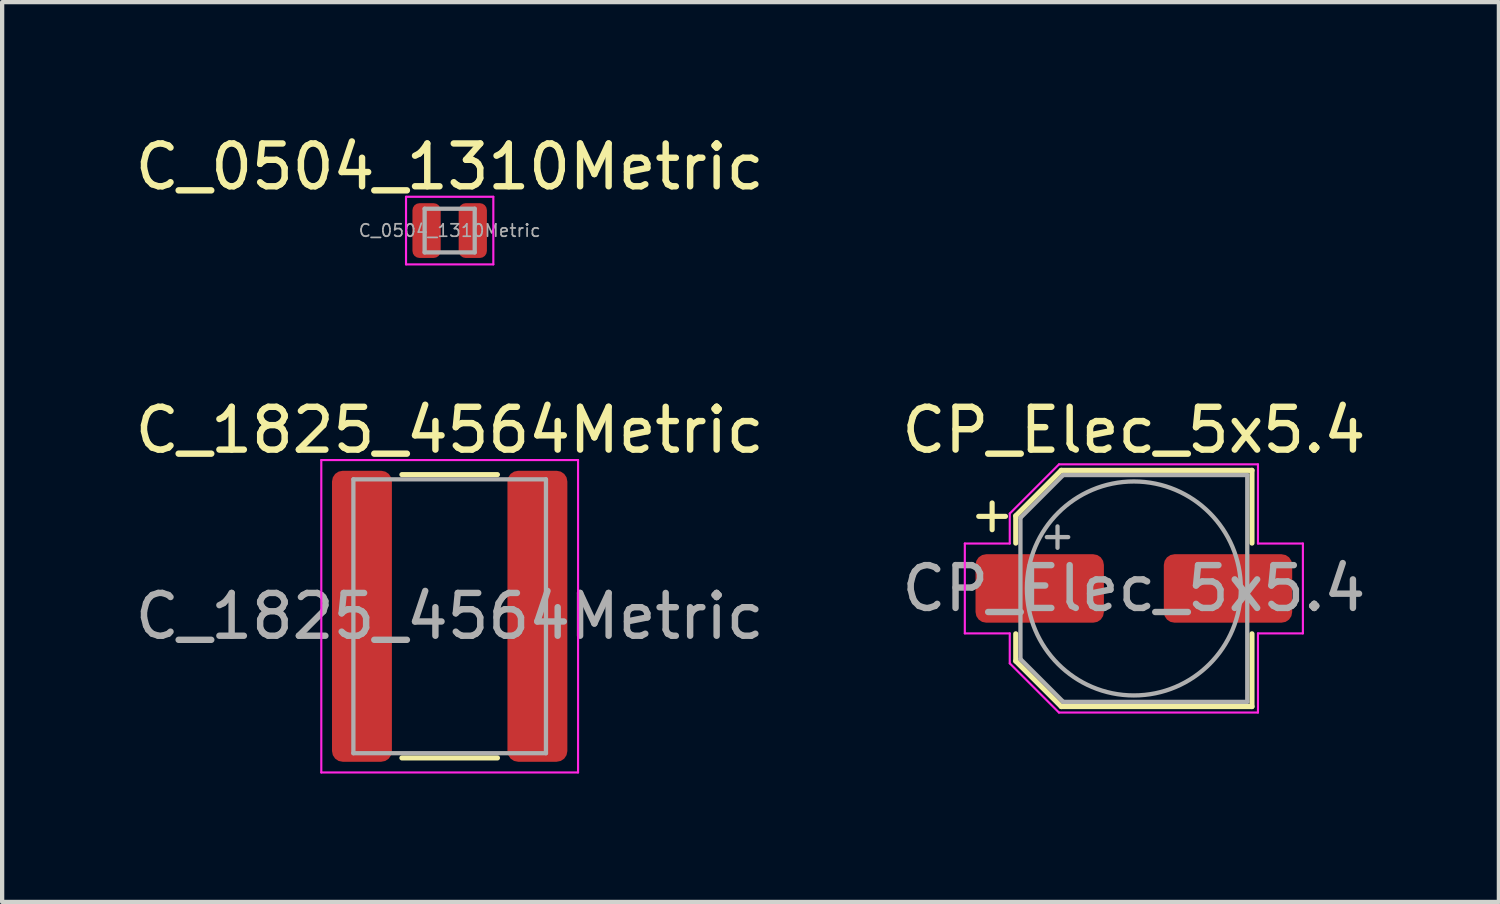
<source format=kicad_pcb>
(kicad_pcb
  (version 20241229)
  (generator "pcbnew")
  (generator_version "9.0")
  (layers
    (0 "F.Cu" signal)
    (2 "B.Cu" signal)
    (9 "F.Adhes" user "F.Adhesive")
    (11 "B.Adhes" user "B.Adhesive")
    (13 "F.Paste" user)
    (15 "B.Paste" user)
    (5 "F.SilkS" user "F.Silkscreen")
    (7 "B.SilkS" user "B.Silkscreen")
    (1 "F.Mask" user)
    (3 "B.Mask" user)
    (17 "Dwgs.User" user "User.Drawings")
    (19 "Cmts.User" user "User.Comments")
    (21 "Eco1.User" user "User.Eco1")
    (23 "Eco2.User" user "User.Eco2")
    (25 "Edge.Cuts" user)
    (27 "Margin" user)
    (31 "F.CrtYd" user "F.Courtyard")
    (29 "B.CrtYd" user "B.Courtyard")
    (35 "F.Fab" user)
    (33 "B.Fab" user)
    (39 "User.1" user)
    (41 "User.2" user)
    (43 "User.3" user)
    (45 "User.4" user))
  (footprint "CP_Elec_5x5.4"
    (layer "F.Cu")
    (at 23.446 10.701)
    (property "Reference" "CP_Elec_5x5.4" (at 0 -3.7 0) (layer "F.SilkS") (effects (font (size 1 1) (thickness 0.15))))
    (attr smd)
    (fp_line (start -3.625 -1.685) (end -3 -1.685) (stroke (width 0.12) (type solid)) (layer "F.SilkS"))
    (fp_line (start -3.312 -1.998) (end -3.312 -1.373) (stroke (width 0.12) (type solid)) (layer "F.SilkS"))
    (fp_line (start -2.76 -1.696) (end -2.76 -1.06) (stroke (width 0.12) (type solid)) (layer "F.SilkS"))
    (fp_line (start -2.76 -1.696) (end -1.696 -2.76) (stroke (width 0.12) (type solid)) (layer "F.SilkS"))
    (fp_line (start -2.76 1.696) (end -2.76 1.06) (stroke (width 0.12) (type solid)) (layer "F.SilkS"))
    (fp_line (start -2.76 1.696) (end -1.696 2.76) (stroke (width 0.12) (type solid)) (layer "F.SilkS"))
    (fp_line (start -1.696 -2.76) (end 2.76 -2.76) (stroke (width 0.12) (type solid)) (layer "F.SilkS"))
    (fp_line (start -1.696 2.76) (end 2.76 2.76) (stroke (width 0.12) (type solid)) (layer "F.SilkS"))
    (fp_line (start 2.76 -2.76) (end 2.76 -1.06) (stroke (width 0.12) (type solid)) (layer "F.SilkS"))
    (fp_line (start 2.76 2.76) (end 2.76 1.06) (stroke (width 0.12) (type solid)) (layer "F.SilkS"))
    (fp_line (start -3.95 -1.05) (end -3.95 1.05) (stroke (width 0.05) (type solid)) (layer "F.CrtYd"))
    (fp_line (start -3.95 1.05) (end -2.9 1.05) (stroke (width 0.05) (type solid)) (layer "F.CrtYd"))
    (fp_line (start -2.9 -1.75) (end -2.9 -1.05) (stroke (width 0.05) (type solid)) (layer "F.CrtYd"))
    (fp_line (start -2.9 -1.75) (end -1.75 -2.9) (stroke (width 0.05) (type solid)) (layer "F.CrtYd"))
    (fp_line (start -2.9 -1.05) (end -3.95 -1.05) (stroke (width 0.05) (type solid)) (layer "F.CrtYd"))
    (fp_line (start -2.9 1.05) (end -2.9 1.75) (stroke (width 0.05) (type solid)) (layer "F.CrtYd"))
    (fp_line (start -2.9 1.75) (end -1.75 2.9) (stroke (width 0.05) (type solid)) (layer "F.CrtYd"))
    (fp_line (start -1.75 -2.9) (end 2.9 -2.9) (stroke (width 0.05) (type solid)) (layer "F.CrtYd"))
    (fp_line (start -1.75 2.9) (end 2.9 2.9) (stroke (width 0.05) (type solid)) (layer "F.CrtYd"))
    (fp_line (start 2.9 -2.9) (end 2.9 -1.05) (stroke (width 0.05) (type solid)) (layer "F.CrtYd"))
    (fp_line (start 2.9 -1.05) (end 3.95 -1.05) (stroke (width 0.05) (type solid)) (layer "F.CrtYd"))
    (fp_line (start 2.9 1.05) (end 2.9 2.9) (stroke (width 0.05) (type solid)) (layer "F.CrtYd"))
    (fp_line (start 3.95 -1.05) (end 3.95 1.05) (stroke (width 0.05) (type solid)) (layer "F.CrtYd"))
    (fp_line (start 3.95 1.05) (end 2.9 1.05) (stroke (width 0.05) (type solid)) (layer "F.CrtYd"))
    (fp_line (start -2.65 -1.65) (end -2.65 1.65) (stroke (width 0.1) (type solid)) (layer "F.Fab"))
    (fp_line (start -2.65 -1.65) (end -1.65 -2.65) (stroke (width 0.1) (type solid)) (layer "F.Fab"))
    (fp_line (start -2.65 1.65) (end -1.65 2.65) (stroke (width 0.1) (type solid)) (layer "F.Fab"))
    (fp_line (start -2.034 -1.2) (end -1.534 -1.2) (stroke (width 0.1) (type solid)) (layer "F.Fab"))
    (fp_line (start -1.784 -1.45) (end -1.784 -0.95) (stroke (width 0.1) (type solid)) (layer "F.Fab"))
    (fp_line (start -1.65 -2.65) (end 2.65 -2.65) (stroke (width 0.1) (type solid)) (layer "F.Fab"))
    (fp_line (start -1.65 2.65) (end 2.65 2.65) (stroke (width 0.1) (type solid)) (layer "F.Fab"))
    (fp_line (start 2.65 -2.65) (end 2.65 2.65) (stroke (width 0.1) (type solid)) (layer "F.Fab"))
    (fp_circle (center 0 0) (end 2.5 0) (stroke (width 0.1) (type solid)) (fill no) (layer "F.Fab"))
    (fp_text user "${REFERENCE}" (at 0 0 0) (layer "F.Fab") (effects (font (size 1 1) (thickness 0.15))))
    (pad "1" smd roundrect (at -2.2 0) (size 3 1.6) (layers "F.Cu" "F.Mask" "F.Paste") (roundrect_rratio 0.156))
    (pad "2" smd roundrect (at 2.2 0) (size 3 1.6) (layers "F.Cu" "F.Mask" "F.Paste") (roundrect_rratio 0.156)))
  (footprint "C_0504_1310Metric"
    (layer "F.Cu")
    (at 7.458 2.338)
    (property "Reference" "C_0504_1310Metric" (at 0 -1.49 0) (layer "F.SilkS") (effects (font (size 1 1) (thickness 0.15))))
    (attr smd)
    (fp_line (start -1.02 -0.79) (end 1.02 -0.79) (stroke (width 0.05) (type solid)) (layer "F.CrtYd"))
    (fp_line (start -1.02 0.79) (end -1.02 -0.79) (stroke (width 0.05) (type solid)) (layer "F.CrtYd"))
    (fp_line (start 1.02 -0.79) (end 1.02 0.79) (stroke (width 0.05) (type solid)) (layer "F.CrtYd"))
    (fp_line (start 1.02 0.79) (end -1.02 0.79) (stroke (width 0.05) (type solid)) (layer "F.CrtYd"))
    (fp_line (start -0.585 -0.51) (end 0.585 -0.51) (stroke (width 0.1) (type solid)) (layer "F.Fab"))
    (fp_line (start -0.585 0.51) (end -0.585 -0.51) (stroke (width 0.1) (type solid)) (layer "F.Fab"))
    (fp_line (start 0.585 -0.51) (end 0.585 0.51) (stroke (width 0.1) (type solid)) (layer "F.Fab"))
    (fp_line (start 0.585 0.51) (end -0.585 0.51) (stroke (width 0.1) (type solid)) (layer "F.Fab"))
    (fp_text user "${REFERENCE}" (at 0 0 0) (layer "F.Fab") (effects (font (size 0.29 0.29) (thickness 0.04))))
    (pad "1" smd roundrect (at -0.54 0) (size 0.66 1.28) (layers "F.Cu" "F.Mask" "F.Paste") (roundrect_rratio 0.25))
    (pad "2" smd roundrect (at 0.54 0) (size 0.66 1.28) (layers "F.Cu" "F.Mask" "F.Paste") (roundrect_rratio 0.25)))
  (footprint "C_1825_4564Metric"
    (layer "F.Cu")
    (at 7.458 11.351)
    (property "Reference" "C_1825_4564Metric" (at 0 -4.35 0) (layer "F.SilkS") (effects (font (size 1 1) (thickness 0.15))))
    (attr smd)
    (fp_line (start -1.116 -3.31) (end 1.116 -3.31) (stroke (width 0.12) (type solid)) (layer "F.SilkS"))
    (fp_line (start -1.116 3.31) (end 1.116 3.31) (stroke (width 0.12) (type solid)) (layer "F.SilkS"))
    (fp_line (start -3 -3.65) (end 3 -3.65) (stroke (width 0.05) (type solid)) (layer "F.CrtYd"))
    (fp_line (start -3 3.65) (end -3 -3.65) (stroke (width 0.05) (type solid)) (layer "F.CrtYd"))
    (fp_line (start 3 -3.65) (end 3 3.65) (stroke (width 0.05) (type solid)) (layer "F.CrtYd"))
    (fp_line (start 3 3.65) (end -3 3.65) (stroke (width 0.05) (type solid)) (layer "F.CrtYd"))
    (fp_line (start -2.25 -3.2) (end 2.25 -3.2) (stroke (width 0.1) (type solid)) (layer "F.Fab"))
    (fp_line (start -2.25 3.2) (end -2.25 -3.2) (stroke (width 0.1) (type solid)) (layer "F.Fab"))
    (fp_line (start 2.25 -3.2) (end 2.25 3.2) (stroke (width 0.1) (type solid)) (layer "F.Fab"))
    (fp_line (start 2.25 3.2) (end -2.25 3.2) (stroke (width 0.1) (type solid)) (layer "F.Fab"))
    (fp_text user "${REFERENCE}" (at 0 0 0) (layer "F.Fab") (effects (font (size 1 1) (thickness 0.15))))
    (pad "1" smd roundrect (at -2.05 0) (size 1.4 6.8) (layers "F.Cu" "F.Mask" "F.Paste") (roundrect_rratio 0.179))
    (pad "2" smd roundrect (at 2.05 0) (size 1.4 6.8) (layers "F.Cu" "F.Mask" "F.Paste") (roundrect_rratio 0.179)))
  (gr_rect
    (start -3 -3)
    (end 31.976 18.026)
    (stroke (width 0.1) (type default))
    (fill no)
    (layer "Edge.Cuts")))
</source>
